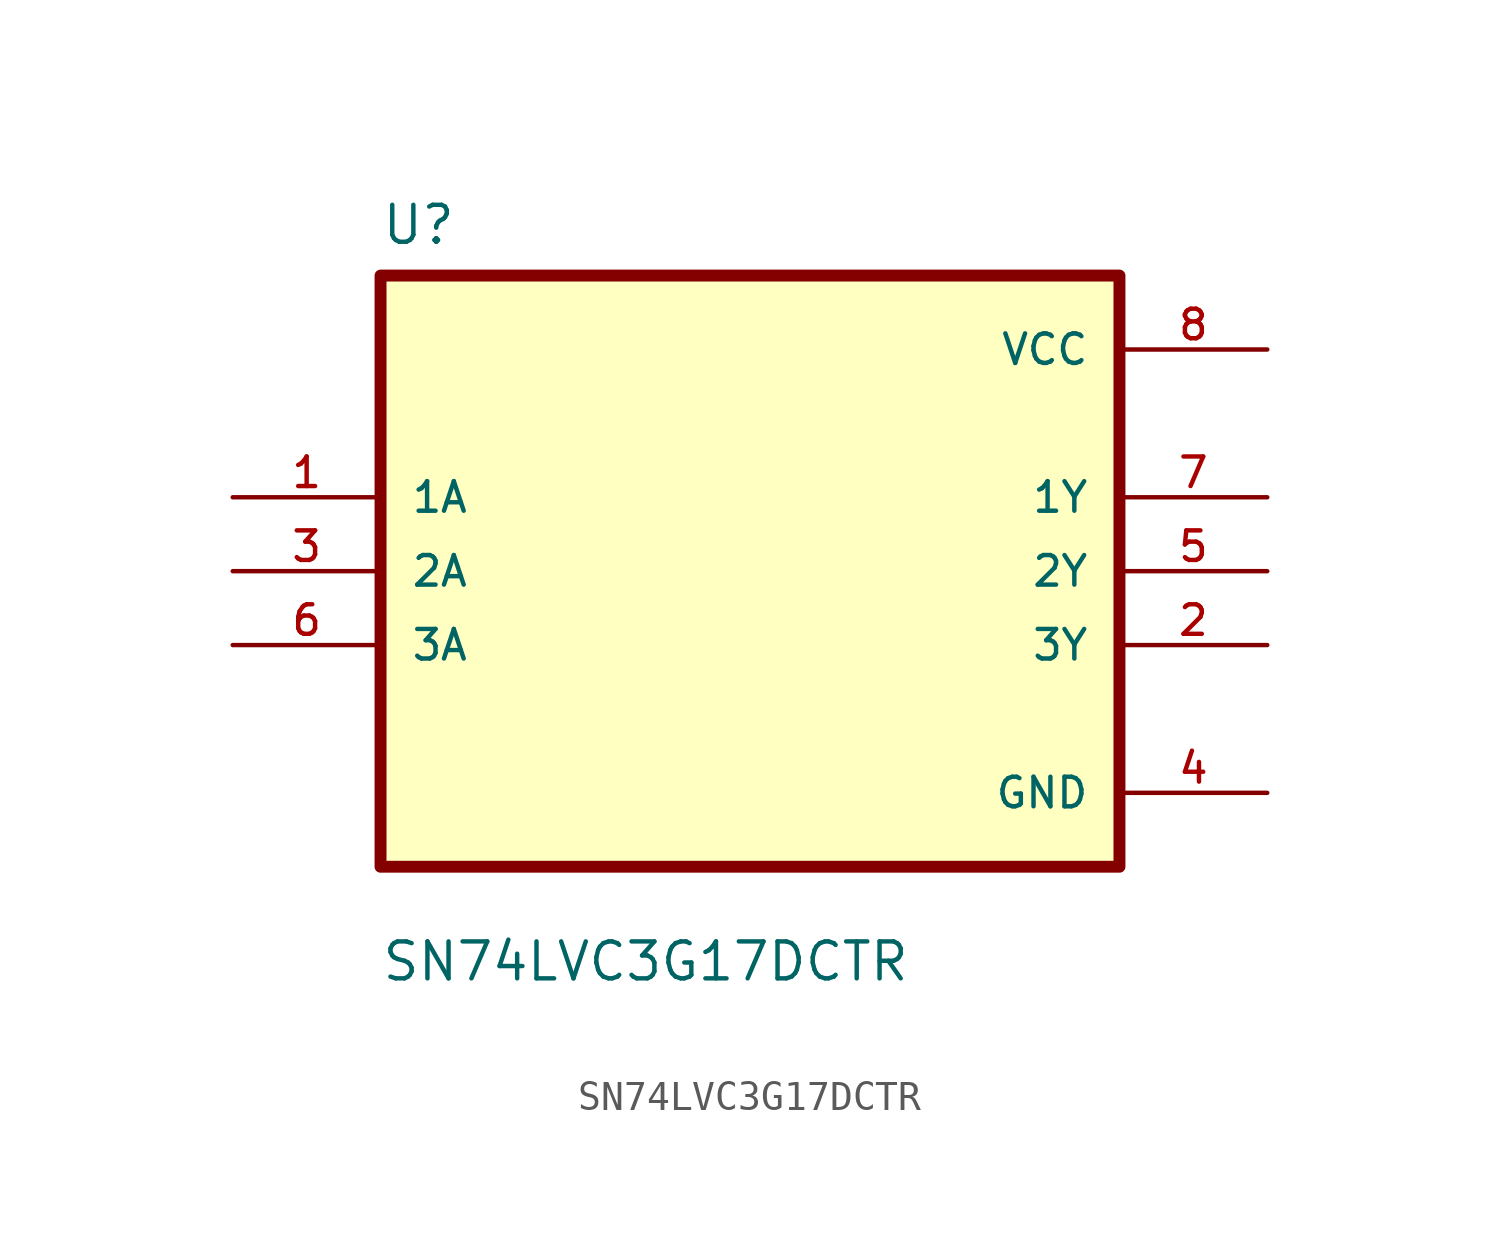
<source format=kicad_sym>
(kicad_symbol_lib
  (version 20231120)
  (generator "kicad_symbol_editor")
  (generator_version "8.0")
  (symbol "SN74LVC3G17DCTR"
    (pin_names
      (offset 1.016))
    (property "Reference" "U"
      (at -12.7 11.16 0)
      (effects (font (size 1.27 1.27)) (justify left bottom)))
    (property "Value" "SN74LVC3G17DCTR"
      (at -12.7 -14.16 0)
      (effects (font (size 1.27 1.27)) (justify left bottom)))
    (symbol "SN74LVC3G17DCTR_0_0"
      (rectangle (start -12.7 -10.16) (end 12.7 10.16) (stroke (width 0.41) (type default)) (fill (type background)))
      (pin input line (at -17.78 2.54 0) (length 5.08) (name "1A" (effects (font (size 1.016 1.016)))) (number "1" (effects (font (size 1.016 1.016)))))
      (pin output line (at 17.78 -2.54 180) (length 5.08) (name "3Y" (effects (font (size 1.016 1.016)))) (number "2" (effects (font (size 1.016 1.016)))))
      (pin input line (at -17.78 0 0) (length 5.08) (name "2A" (effects (font (size 1.016 1.016)))) (number "3" (effects (font (size 1.016 1.016)))))
      (pin power_in line (at 17.78 -7.62 180) (length 5.08) (name "GND" (effects (font (size 1.016 1.016)))) (number "4" (effects (font (size 1.016 1.016)))))
      (pin output line (at 17.78 0 180) (length 5.08) (name "2Y" (effects (font (size 1.016 1.016)))) (number "5" (effects (font (size 1.016 1.016)))))
      (pin input line (at -17.78 -2.54 0) (length 5.08) (name "3A" (effects (font (size 1.016 1.016)))) (number "6" (effects (font (size 1.016 1.016)))))
      (pin output line (at 17.78 2.54 180) (length 5.08) (name "1Y" (effects (font (size 1.016 1.016)))) (number "7" (effects (font (size 1.016 1.016)))))
      (pin power_in line (at 17.78 7.62 180) (length 5.08) (name "VCC" (effects (font (size 1.016 1.016)))) (number "8" (effects (font (size 1.016 1.016))))))))
</source>
